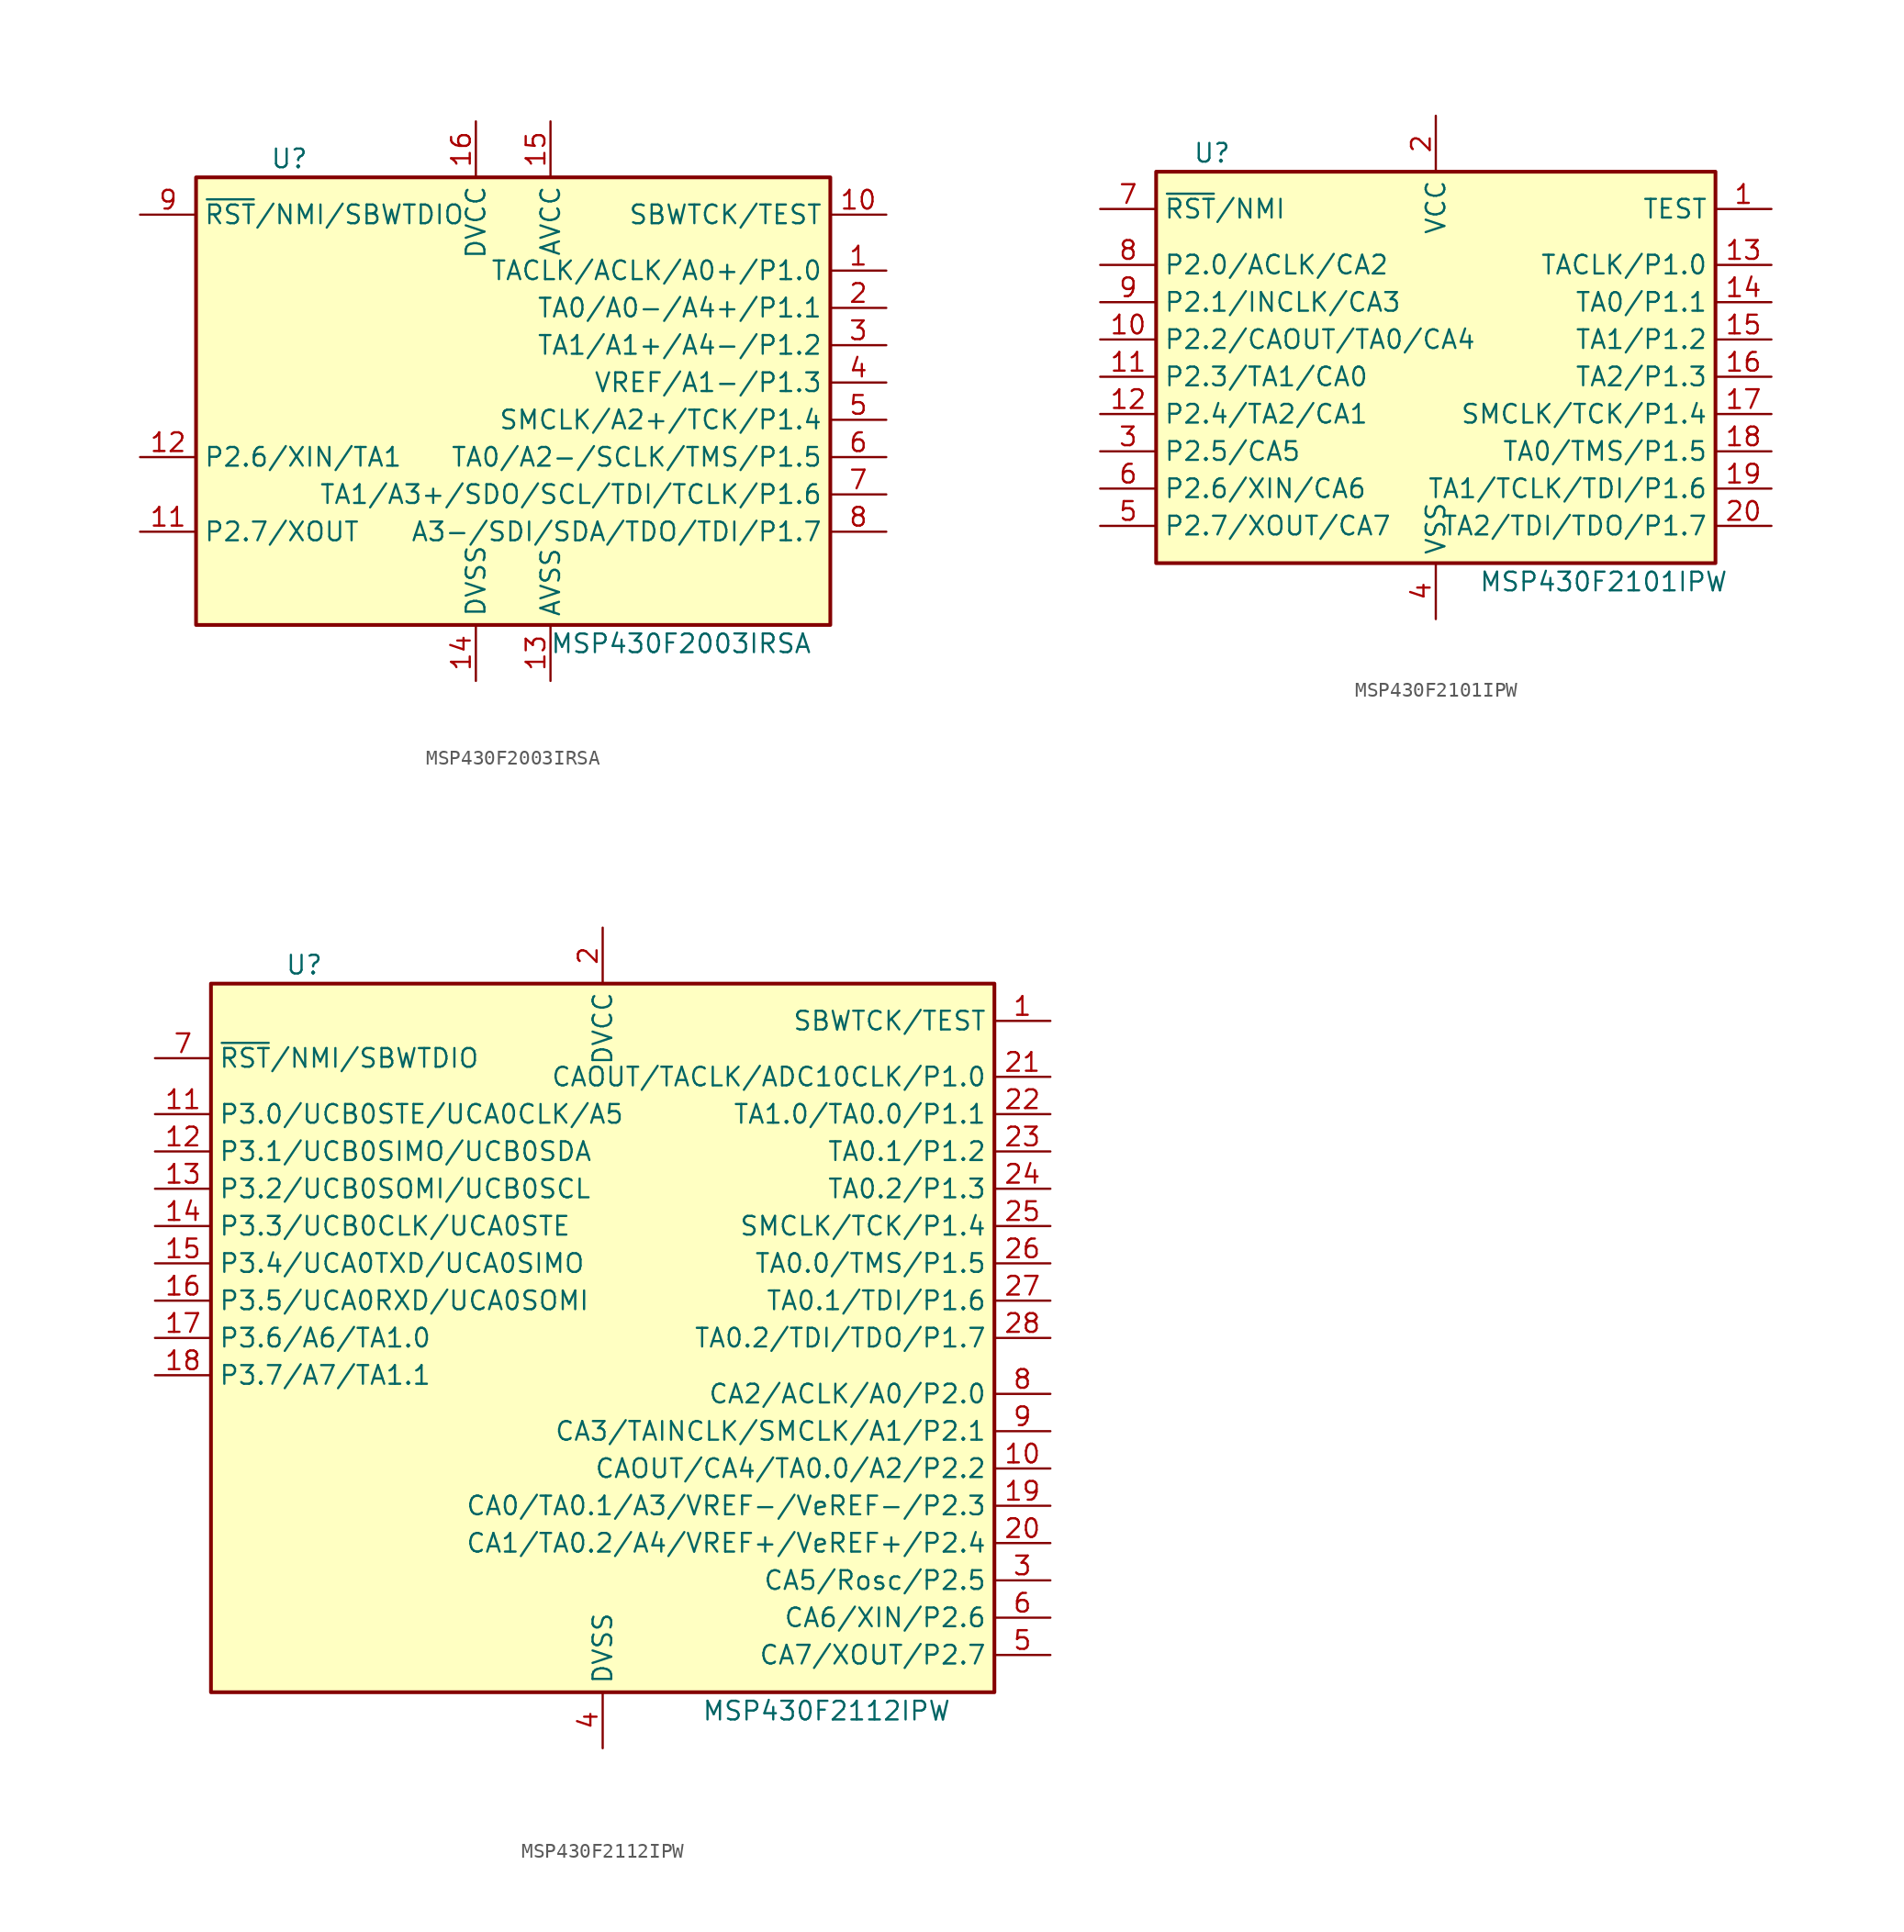
<source format=kicad_sym>
(kicad_symbol_lib
  (version 20211014)
  (generator kicad_symbol_editor)
  (symbol "MSP430F2003IRSA"
    (property "Reference" "U"
      (at -15.24 15.24 0)
      (effects (font (size 1.27 1.27))))
    (property "Value" "MSP430F2003IRSA"
      (at 11.43 -17.78 0)
      (effects (font (size 1.27 1.27))))
    (symbol "MSP430F2003IRSA_0_1"
      (rectangle (start -21.59 13.97) (end 21.59 -16.51) (stroke (width 0.254) (type default) (color 0 0 0 0)) (fill (type background))))
    (symbol "MSP430F2003IRSA_1_1"
      (pin bidirectional line (at 25.4 7.62 180) (length 3.81) (name "TACLK/ACLK/A0+/P1.0" (effects (font (size 1.27 1.27)))) (number "1" (effects (font (size 1.27 1.27)))))
      (pin input line (at 25.4 11.43 180) (length 3.81) (name "SBWTCK/TEST" (effects (font (size 1.27 1.27)))) (number "10" (effects (font (size 1.27 1.27)))))
      (pin bidirectional line (at -25.4 -10.16 0) (length 3.81) (name "P2.7/XOUT" (effects (font (size 1.27 1.27)))) (number "11" (effects (font (size 1.27 1.27)))))
      (pin bidirectional line (at -25.4 -5.08 0) (length 3.81) (name "P2.6/XIN/TA1" (effects (font (size 1.27 1.27)))) (number "12" (effects (font (size 1.27 1.27)))))
      (pin power_in line (at 2.54 -20.32 90) (length 3.81) (name "AVSS" (effects (font (size 1.27 1.27)))) (number "13" (effects (font (size 1.27 1.27)))))
      (pin power_in line (at -2.54 -20.32 90) (length 3.81) (name "DVSS" (effects (font (size 1.27 1.27)))) (number "14" (effects (font (size 1.27 1.27)))))
      (pin power_in line (at 2.54 17.78 270) (length 3.81) (name "AVCC" (effects (font (size 1.27 1.27)))) (number "15" (effects (font (size 1.27 1.27)))))
      (pin power_in line (at -2.54 17.78 270) (length 3.81) (name "DVCC" (effects (font (size 1.27 1.27)))) (number "16" (effects (font (size 1.27 1.27)))))
      (pin bidirectional line (at 25.4 5.08 180) (length 3.81) (name "TA0/A0-/A4+/P1.1" (effects (font (size 1.27 1.27)))) (number "2" (effects (font (size 1.27 1.27)))))
      (pin bidirectional line (at 25.4 2.54 180) (length 3.81) (name "TA1/A1+/A4-/P1.2" (effects (font (size 1.27 1.27)))) (number "3" (effects (font (size 1.27 1.27)))))
      (pin bidirectional line (at 25.4 0 180) (length 3.81) (name "VREF/A1-/P1.3" (effects (font (size 1.27 1.27)))) (number "4" (effects (font (size 1.27 1.27)))))
      (pin bidirectional line (at 25.4 -2.54 180) (length 3.81) (name "SMCLK/A2+/TCK/P1.4" (effects (font (size 1.27 1.27)))) (number "5" (effects (font (size 1.27 1.27)))))
      (pin bidirectional line (at 25.4 -5.08 180) (length 3.81) (name "TA0/A2-/SCLK/TMS/P1.5" (effects (font (size 1.27 1.27)))) (number "6" (effects (font (size 1.27 1.27)))))
      (pin bidirectional line (at 25.4 -7.62 180) (length 3.81) (name "TA1/A3+/SDO/SCL/TDI/TCLK/P1.6" (effects (font (size 1.27 1.27)))) (number "7" (effects (font (size 1.27 1.27)))))
      (pin bidirectional line (at 25.4 -10.16 180) (length 3.81) (name "A3-/SDI/SDA/TDO/TDI/P1.7" (effects (font (size 1.27 1.27)))) (number "8" (effects (font (size 1.27 1.27)))))
      (pin input line (at -25.4 11.43 0) (length 3.81) (name "~{RST}/NMI/SBWTDIO" (effects (font (size 1.27 1.27)))) (number "9" (effects (font (size 1.27 1.27)))))))
  (symbol "MSP430F2101IPW"
    (property "Reference" "U"
      (at -15.24 15.24 0)
      (effects (font (size 1.27 1.27))))
    (property "Value" "MSP430F2101IPW"
      (at 11.43 -13.97 0)
      (effects (font (size 1.27 1.27))))
    (symbol "MSP430F2101IPW_0_1"
      (rectangle (start -19.05 13.97) (end 19.05 -12.7) (stroke (width 0.254) (type default) (color 0 0 0 0)) (fill (type background))))
    (symbol "MSP430F2101IPW_1_1"
      (pin input line (at 22.86 11.43 180) (length 3.81) (name "TEST" (effects (font (size 1.27 1.27)))) (number "1" (effects (font (size 1.27 1.27)))))
      (pin bidirectional line (at -22.86 2.54 0) (length 3.81) (name "P2.2/CAOUT/TA0/CA4" (effects (font (size 1.27 1.27)))) (number "10" (effects (font (size 1.27 1.27)))))
      (pin bidirectional line (at -22.86 0 0) (length 3.81) (name "P2.3/TA1/CA0" (effects (font (size 1.27 1.27)))) (number "11" (effects (font (size 1.27 1.27)))))
      (pin bidirectional line (at -22.86 -2.54 0) (length 3.81) (name "P2.4/TA2/CA1" (effects (font (size 1.27 1.27)))) (number "12" (effects (font (size 1.27 1.27)))))
      (pin bidirectional line (at 22.86 7.62 180) (length 3.81) (name "TACLK/P1.0" (effects (font (size 1.27 1.27)))) (number "13" (effects (font (size 1.27 1.27)))))
      (pin bidirectional line (at 22.86 5.08 180) (length 3.81) (name "TA0/P1.1" (effects (font (size 1.27 1.27)))) (number "14" (effects (font (size 1.27 1.27)))))
      (pin bidirectional line (at 22.86 2.54 180) (length 3.81) (name "TA1/P1.2" (effects (font (size 1.27 1.27)))) (number "15" (effects (font (size 1.27 1.27)))))
      (pin bidirectional line (at 22.86 0 180) (length 3.81) (name "TA2/P1.3" (effects (font (size 1.27 1.27)))) (number "16" (effects (font (size 1.27 1.27)))))
      (pin bidirectional line (at 22.86 -2.54 180) (length 3.81) (name "SMCLK/TCK/P1.4" (effects (font (size 1.27 1.27)))) (number "17" (effects (font (size 1.27 1.27)))))
      (pin bidirectional line (at 22.86 -5.08 180) (length 3.81) (name "TA0/TMS/P1.5" (effects (font (size 1.27 1.27)))) (number "18" (effects (font (size 1.27 1.27)))))
      (pin bidirectional line (at 22.86 -7.62 180) (length 3.81) (name "TA1/TCLK/TDI/P1.6" (effects (font (size 1.27 1.27)))) (number "19" (effects (font (size 1.27 1.27)))))
      (pin power_in line (at 0 17.78 270) (length 3.81) (name "VCC" (effects (font (size 1.27 1.27)))) (number "2" (effects (font (size 1.27 1.27)))))
      (pin bidirectional line (at 22.86 -10.16 180) (length 3.81) (name "TA2/TDI/TDO/P1.7" (effects (font (size 1.27 1.27)))) (number "20" (effects (font (size 1.27 1.27)))))
      (pin bidirectional line (at -22.86 -5.08 0) (length 3.81) (name "P2.5/CA5" (effects (font (size 1.27 1.27)))) (number "3" (effects (font (size 1.27 1.27)))))
      (pin power_in line (at 0 -16.51 90) (length 3.81) (name "VSS" (effects (font (size 1.27 1.27)))) (number "4" (effects (font (size 1.27 1.27)))))
      (pin bidirectional line (at -22.86 -10.16 0) (length 3.81) (name "P2.7/XOUT/CA7" (effects (font (size 1.27 1.27)))) (number "5" (effects (font (size 1.27 1.27)))))
      (pin bidirectional line (at -22.86 -7.62 0) (length 3.81) (name "P2.6/XIN/CA6" (effects (font (size 1.27 1.27)))) (number "6" (effects (font (size 1.27 1.27)))))
      (pin input line (at -22.86 11.43 0) (length 3.81) (name "~{RST}/NMI" (effects (font (size 1.27 1.27)))) (number "7" (effects (font (size 1.27 1.27)))))
      (pin bidirectional line (at -22.86 7.62 0) (length 3.81) (name "P2.0/ACLK/CA2" (effects (font (size 1.27 1.27)))) (number "8" (effects (font (size 1.27 1.27)))))
      (pin bidirectional line (at -22.86 5.08 0) (length 3.81) (name "P2.1/INCLK/CA3" (effects (font (size 1.27 1.27)))) (number "9" (effects (font (size 1.27 1.27)))))))
  (symbol "MSP430F2112IPW"
    (property "Reference" "U"
      (at -20.32 25.4 0)
      (effects (font (size 1.27 1.27))))
    (property "Value" "MSP430F2112IPW"
      (at 15.24 -25.4 0)
      (effects (font (size 1.27 1.27))))
    (symbol "MSP430F2112IPW_0_1"
      (rectangle (start -26.67 24.13) (end 26.67 -24.13) (stroke (width 0.254) (type default) (color 0 0 0 0)) (fill (type background))))
    (symbol "MSP430F2112IPW_1_1"
      (pin input line (at 30.48 21.59 180) (length 3.81) (name "SBWTCK/TEST" (effects (font (size 1.27 1.27)))) (number "1" (effects (font (size 1.27 1.27)))))
      (pin bidirectional line (at 30.48 -8.89 180) (length 3.81) (name "CAOUT/CA4/TA0.0/A2/P2.2" (effects (font (size 1.27 1.27)))) (number "10" (effects (font (size 1.27 1.27)))))
      (pin bidirectional line (at -30.48 15.24 0) (length 3.81) (name "P3.0/UCB0STE/UCA0CLK/A5" (effects (font (size 1.27 1.27)))) (number "11" (effects (font (size 1.27 1.27)))))
      (pin bidirectional line (at -30.48 12.7 0) (length 3.81) (name "P3.1/UCB0SIMO/UCB0SDA" (effects (font (size 1.27 1.27)))) (number "12" (effects (font (size 1.27 1.27)))))
      (pin bidirectional line (at -30.48 10.16 0) (length 3.81) (name "P3.2/UCB0SOMI/UCB0SCL" (effects (font (size 1.27 1.27)))) (number "13" (effects (font (size 1.27 1.27)))))
      (pin bidirectional line (at -30.48 7.62 0) (length 3.81) (name "P3.3/UCB0CLK/UCA0STE" (effects (font (size 1.27 1.27)))) (number "14" (effects (font (size 1.27 1.27)))))
      (pin bidirectional line (at -30.48 5.08 0) (length 3.81) (name "P3.4/UCA0TXD/UCA0SIMO" (effects (font (size 1.27 1.27)))) (number "15" (effects (font (size 1.27 1.27)))))
      (pin bidirectional line (at -30.48 2.54 0) (length 3.81) (name "P3.5/UCA0RXD/UCA0SOMI" (effects (font (size 1.27 1.27)))) (number "16" (effects (font (size 1.27 1.27)))))
      (pin bidirectional line (at -30.48 0 0) (length 3.81) (name "P3.6/A6/TA1.0" (effects (font (size 1.27 1.27)))) (number "17" (effects (font (size 1.27 1.27)))))
      (pin bidirectional line (at -30.48 -2.54 0) (length 3.81) (name "P3.7/A7/TA1.1" (effects (font (size 1.27 1.27)))) (number "18" (effects (font (size 1.27 1.27)))))
      (pin bidirectional line (at 30.48 -11.43 180) (length 3.81) (name "CA0/TA0.1/A3/VREF-/VeREF-/P2.3" (effects (font (size 1.27 1.27)))) (number "19" (effects (font (size 1.27 1.27)))))
      (pin power_in line (at 0 27.94 270) (length 3.81) (name "DVCC" (effects (font (size 1.27 1.27)))) (number "2" (effects (font (size 1.27 1.27)))))
      (pin bidirectional line (at 30.48 -13.97 180) (length 3.81) (name "CA1/TA0.2/A4/VREF+/VeREF+/P2.4" (effects (font (size 1.27 1.27)))) (number "20" (effects (font (size 1.27 1.27)))))
      (pin bidirectional line (at 30.48 17.78 180) (length 3.81) (name "CAOUT/TACLK/ADC10CLK/P1.0" (effects (font (size 1.27 1.27)))) (number "21" (effects (font (size 1.27 1.27)))))
      (pin bidirectional line (at 30.48 15.24 180) (length 3.81) (name "TA1.0/TA0.0/P1.1" (effects (font (size 1.27 1.27)))) (number "22" (effects (font (size 1.27 1.27)))))
      (pin bidirectional line (at 30.48 12.7 180) (length 3.81) (name "TA0.1/P1.2" (effects (font (size 1.27 1.27)))) (number "23" (effects (font (size 1.27 1.27)))))
      (pin bidirectional line (at 30.48 10.16 180) (length 3.81) (name "TA0.2/P1.3" (effects (font (size 1.27 1.27)))) (number "24" (effects (font (size 1.27 1.27)))))
      (pin bidirectional line (at 30.48 7.62 180) (length 3.81) (name "SMCLK/TCK/P1.4" (effects (font (size 1.27 1.27)))) (number "25" (effects (font (size 1.27 1.27)))))
      (pin bidirectional line (at 30.48 5.08 180) (length 3.81) (name "TA0.0/TMS/P1.5" (effects (font (size 1.27 1.27)))) (number "26" (effects (font (size 1.27 1.27)))))
      (pin bidirectional line (at 30.48 2.54 180) (length 3.81) (name "TA0.1/TDI/P1.6" (effects (font (size 1.27 1.27)))) (number "27" (effects (font (size 1.27 1.27)))))
      (pin bidirectional line (at 30.48 0 180) (length 3.81) (name "TA0.2/TDI/TDO/P1.7" (effects (font (size 1.27 1.27)))) (number "28" (effects (font (size 1.27 1.27)))))
      (pin bidirectional line (at 30.48 -16.51 180) (length 3.81) (name "CA5/Rosc/P2.5" (effects (font (size 1.27 1.27)))) (number "3" (effects (font (size 1.27 1.27)))))
      (pin power_in line (at 0 -27.94 90) (length 3.81) (name "DVSS" (effects (font (size 1.27 1.27)))) (number "4" (effects (font (size 1.27 1.27)))))
      (pin bidirectional line (at 30.48 -21.59 180) (length 3.81) (name "CA7/XOUT/P2.7" (effects (font (size 1.27 1.27)))) (number "5" (effects (font (size 1.27 1.27)))))
      (pin bidirectional line (at 30.48 -19.05 180) (length 3.81) (name "CA6/XIN/P2.6" (effects (font (size 1.27 1.27)))) (number "6" (effects (font (size 1.27 1.27)))))
      (pin bidirectional line (at -30.48 19.05 0) (length 3.81) (name "~{RST}/NMI/SBWTDIO" (effects (font (size 1.27 1.27)))) (number "7" (effects (font (size 1.27 1.27)))))
      (pin bidirectional line (at 30.48 -3.81 180) (length 3.81) (name "CA2/ACLK/A0/P2.0" (effects (font (size 1.27 1.27)))) (number "8" (effects (font (size 1.27 1.27)))))
      (pin bidirectional line (at 30.48 -6.35 180) (length 3.81) (name "CA3/TAINCLK/SMCLK/A1/P2.1" (effects (font (size 1.27 1.27)))) (number "9" (effects (font (size 1.27 1.27))))))))
</source>
